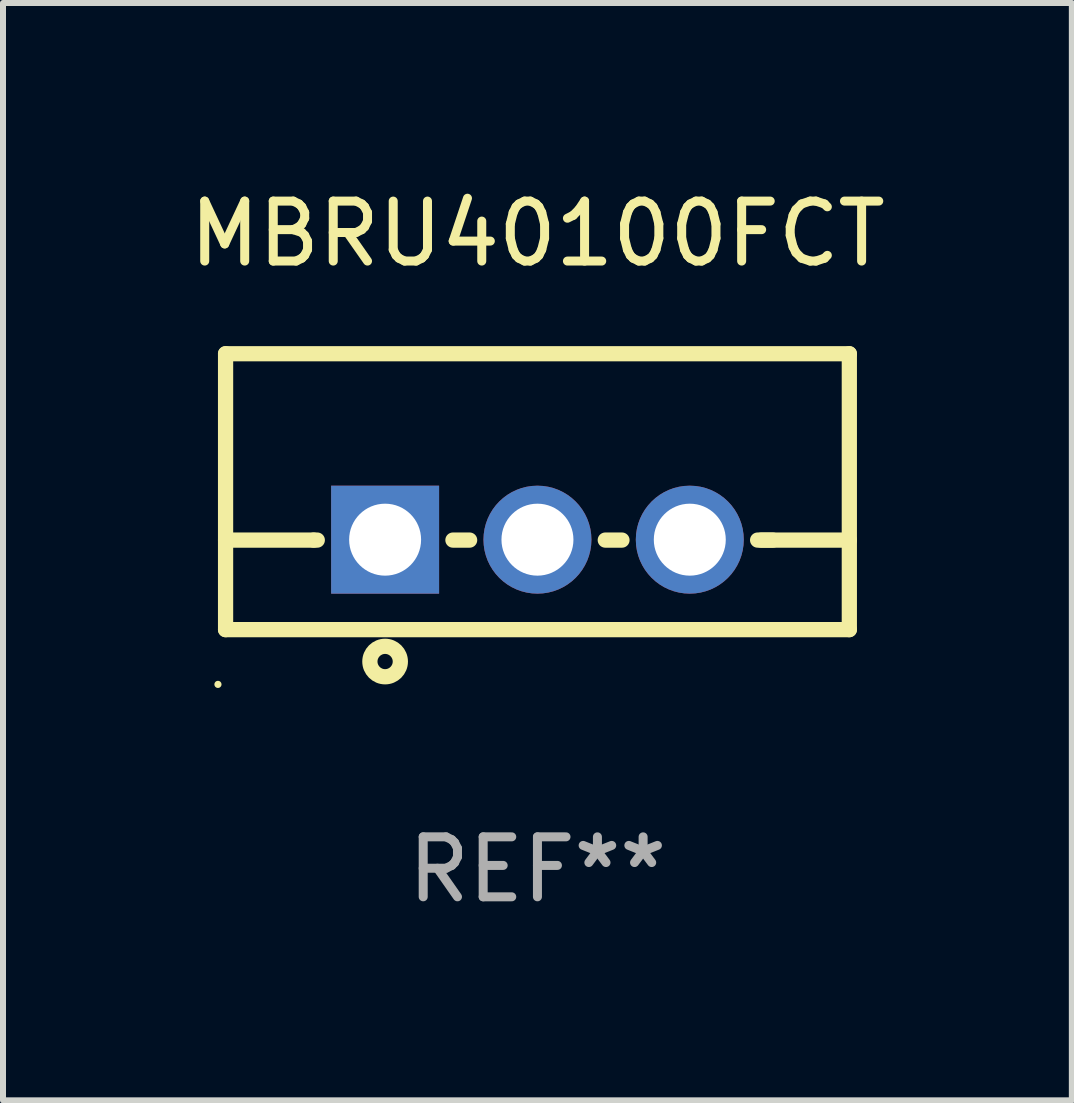
<source format=kicad_pcb>
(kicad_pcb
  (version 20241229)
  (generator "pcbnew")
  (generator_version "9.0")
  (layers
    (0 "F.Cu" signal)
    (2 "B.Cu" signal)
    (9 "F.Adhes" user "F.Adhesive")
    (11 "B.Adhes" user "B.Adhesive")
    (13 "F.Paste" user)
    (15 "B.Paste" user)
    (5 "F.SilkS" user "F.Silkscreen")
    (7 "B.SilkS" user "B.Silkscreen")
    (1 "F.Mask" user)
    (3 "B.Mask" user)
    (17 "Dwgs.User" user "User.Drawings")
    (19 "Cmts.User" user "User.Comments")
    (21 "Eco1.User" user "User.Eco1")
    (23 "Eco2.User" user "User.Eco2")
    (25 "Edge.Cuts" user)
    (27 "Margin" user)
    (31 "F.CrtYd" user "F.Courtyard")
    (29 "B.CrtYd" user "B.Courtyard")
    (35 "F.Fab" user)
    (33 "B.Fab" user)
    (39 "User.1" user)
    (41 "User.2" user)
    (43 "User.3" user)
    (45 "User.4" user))
  (footprint "MBRU40100FCT"
    (layer "F.Cu")
    (at 5.911 5.148)
    (property "Reference" "MBRU40100FCT" (at 0 -4.3 0) (layer "F.SilkS") (effects (font (size 1 1) (thickness 0.15))))
    (attr through_hole)
    (fp_line (start -5.2 -2.3) (end -5.2 2.3) (stroke (width 0.254) (type solid)) (layer "F.SilkS"))
    (fp_line (start -5.2 -2.3) (end 5.2 -2.3) (stroke (width 0.254) (type solid)) (layer "F.SilkS"))
    (fp_line (start -5.2 0.807) (end -3.731 0.807) (stroke (width 0.254) (type solid)) (layer "F.SilkS"))
    (fp_line (start -5.2 2.3) (end 5.2 2.3) (stroke (width 0.254) (type solid)) (layer "F.SilkS"))
    (fp_line (start -3.731 0.807) (end -3.671 0.807) (stroke (width 0.254) (type solid)) (layer "F.SilkS"))
    (fp_line (start -1.409 0.807) (end -1.131 0.807) (stroke (width 0.254) (type solid)) (layer "F.SilkS"))
    (fp_line (start 1.131 0.807) (end 1.409 0.807) (stroke (width 0.254) (type solid)) (layer "F.SilkS"))
    (fp_line (start 3.671 0.807) (end 3.926 0.807) (stroke (width 0.254) (type solid)) (layer "F.SilkS"))
    (fp_line (start 3.731 0.807) (end 5.2 0.807) (stroke (width 0.254) (type solid)) (layer "F.SilkS"))
    (fp_line (start 5.2 -2.3) (end 5.2 2.3) (stroke (width 0.254) (type solid)) (layer "F.SilkS"))
    (fp_circle (center -5.327 3.213) (end -5.297 3.213) (stroke (width 0.06) (type solid)) (fill no) (layer "F.SilkS"))
    (fp_circle (center -2.54 2.832) (end -2.286 2.832) (stroke (width 0.254) (type solid)) (fill no) (layer "F.SilkS"))
    (fp_text user "REF**" (at 0 6.3 0) (layer "F.Fab") (effects (font (size 1 1) (thickness 0.15))))
    (pad "1" thru_hole rect (at -2.54 0.8) (size 1.8 1.8) (drill 1.2) (layers "*.Cu" "*.Mask"))
    (pad "2" thru_hole circle (at 0 0.8) (size 1.8 1.8) (drill 1.2) (layers "*.Cu" "*.Mask"))
    (pad "3" thru_hole circle (at 2.54 0.8) (size 1.8 1.8) (drill 1.2) (layers "*.Cu" "*.Mask")))
  (gr_rect
    (start -3 -3)
    (end 14.821 15.296)
    (stroke (width 0.1) (type default))
    (fill no)
    (layer "Edge.Cuts")))
</source>
